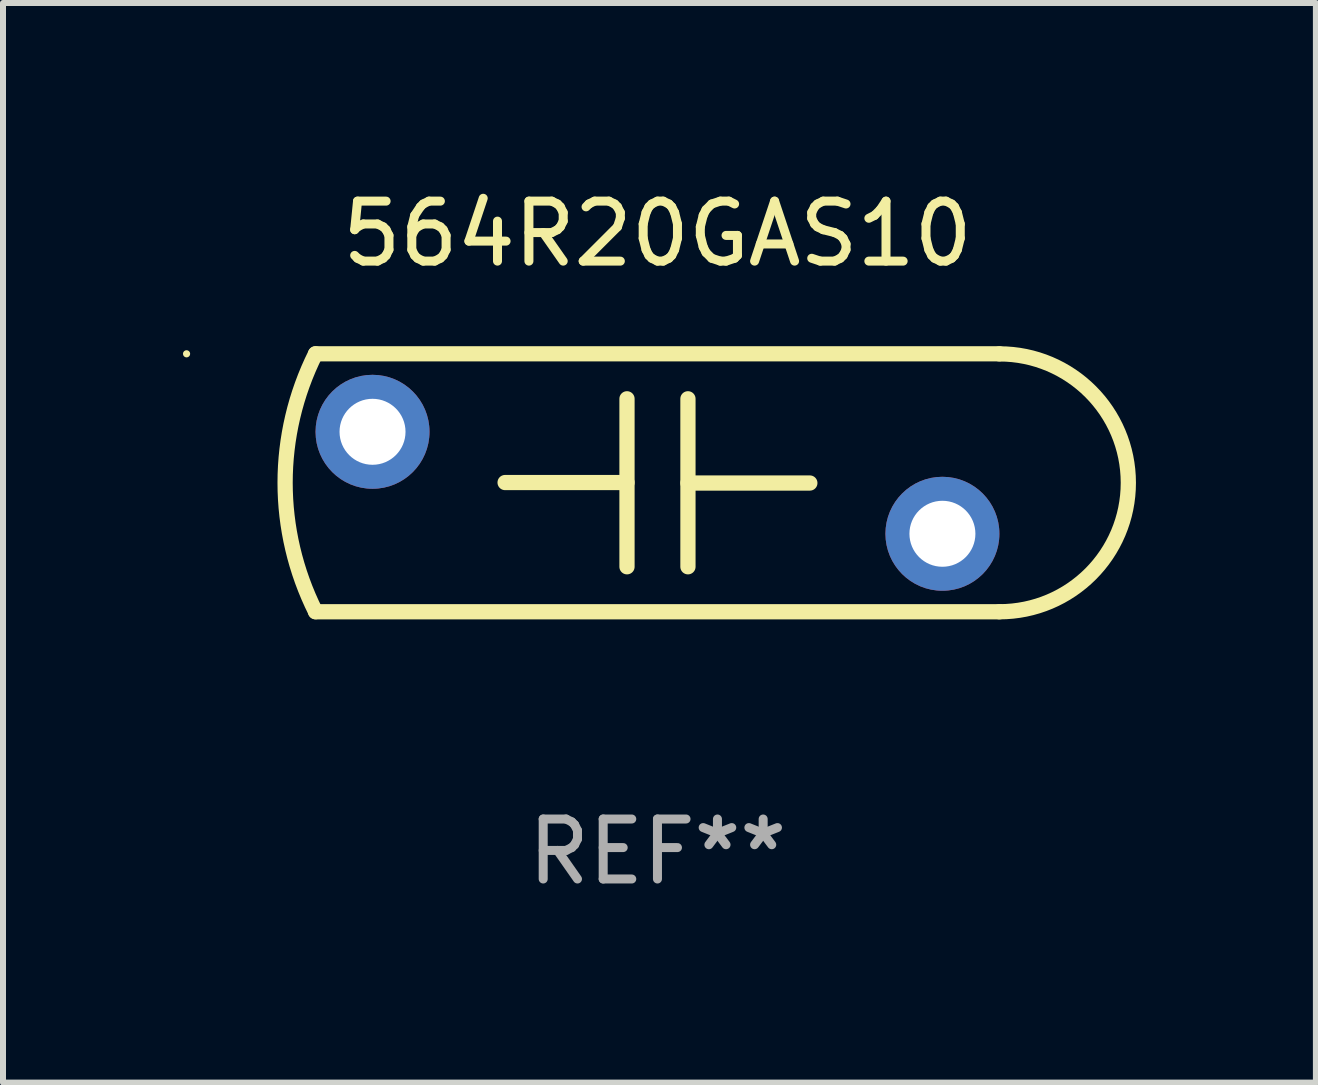
<source format=kicad_pcb>
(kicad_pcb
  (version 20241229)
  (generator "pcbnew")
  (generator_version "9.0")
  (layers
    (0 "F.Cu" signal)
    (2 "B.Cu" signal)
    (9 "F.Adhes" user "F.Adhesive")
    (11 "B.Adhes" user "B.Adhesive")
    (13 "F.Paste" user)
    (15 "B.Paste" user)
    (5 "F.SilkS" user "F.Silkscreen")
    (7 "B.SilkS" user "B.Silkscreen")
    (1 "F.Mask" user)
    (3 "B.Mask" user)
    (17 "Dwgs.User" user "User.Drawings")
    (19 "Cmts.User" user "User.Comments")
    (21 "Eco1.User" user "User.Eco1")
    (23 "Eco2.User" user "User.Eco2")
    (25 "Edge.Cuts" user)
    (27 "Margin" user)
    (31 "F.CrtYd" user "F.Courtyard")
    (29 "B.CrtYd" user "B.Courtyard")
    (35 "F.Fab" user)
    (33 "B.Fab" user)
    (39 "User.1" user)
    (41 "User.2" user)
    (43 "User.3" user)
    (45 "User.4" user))
  (footprint "564R20GAS10"
    (layer "F.Cu")
    (at 7.91 4.998)
    (property "Reference" "564R20GAS10" (at 0 -4.15 0) (layer "F.SilkS") (effects (font (size 1 1) (thickness 0.15))))
    (attr through_hole)
    (fp_line (start -5.7 -2.15) (end 5.7 -2.15) (stroke (width 0.254) (type solid)) (layer "F.SilkS"))
    (fp_line (start -0.508 -1.4) (end -0.508 1.4) (stroke (width 0.254) (type solid)) (layer "F.SilkS"))
    (fp_line (start -0.508 -0.004) (end -2.54 -0.004) (stroke (width 0.254) (type solid)) (layer "F.SilkS"))
    (fp_line (start 0.508 0.004) (end 2.54 0.004) (stroke (width 0.254) (type solid)) (layer "F.SilkS"))
    (fp_line (start 0.508 1.4) (end 0.508 -1.4) (stroke (width 0.254) (type solid)) (layer "F.SilkS"))
    (fp_line (start 5.7 2.15) (end -5.7 2.15) (stroke (width 0.254) (type solid)) (layer "F.SilkS"))
    (fp_arc (start -5.699772 2.148844) (mid -6.207261 -0.000558) (end -5.7 -2.150013) (stroke (width 0.254001) (type solid)) (layer "F.SilkS"))
    (fp_arc (start 5.699771 -2.148845) (mid 7.8492 0.00047) (end 5.7 2.150013) (stroke (width 0.254001) (type solid)) (layer "F.SilkS"))
    (fp_circle (center -7.85 -2.15) (end -7.82 -2.15) (stroke (width 0.06) (type solid)) (fill no) (layer "F.SilkS"))
    (fp_text user "REF**" (at 0 6.15 0) (layer "F.Fab") (effects (font (size 1 1) (thickness 0.15))))
    (pad "1" thru_hole circle (at -4.75 -0.85) (size 1.9 1.9) (drill 1.1) (layers "*.Cu" "*.Mask"))
    (pad "2" thru_hole circle (at 4.75 0.85) (size 1.9 1.9) (drill 1.1) (layers "*.Cu" "*.Mask")))
  (gr_rect
    (start -3 -3)
    (end 18.886 14.997)
    (stroke (width 0.1) (type default))
    (fill no)
    (layer "Edge.Cuts")))
</source>
